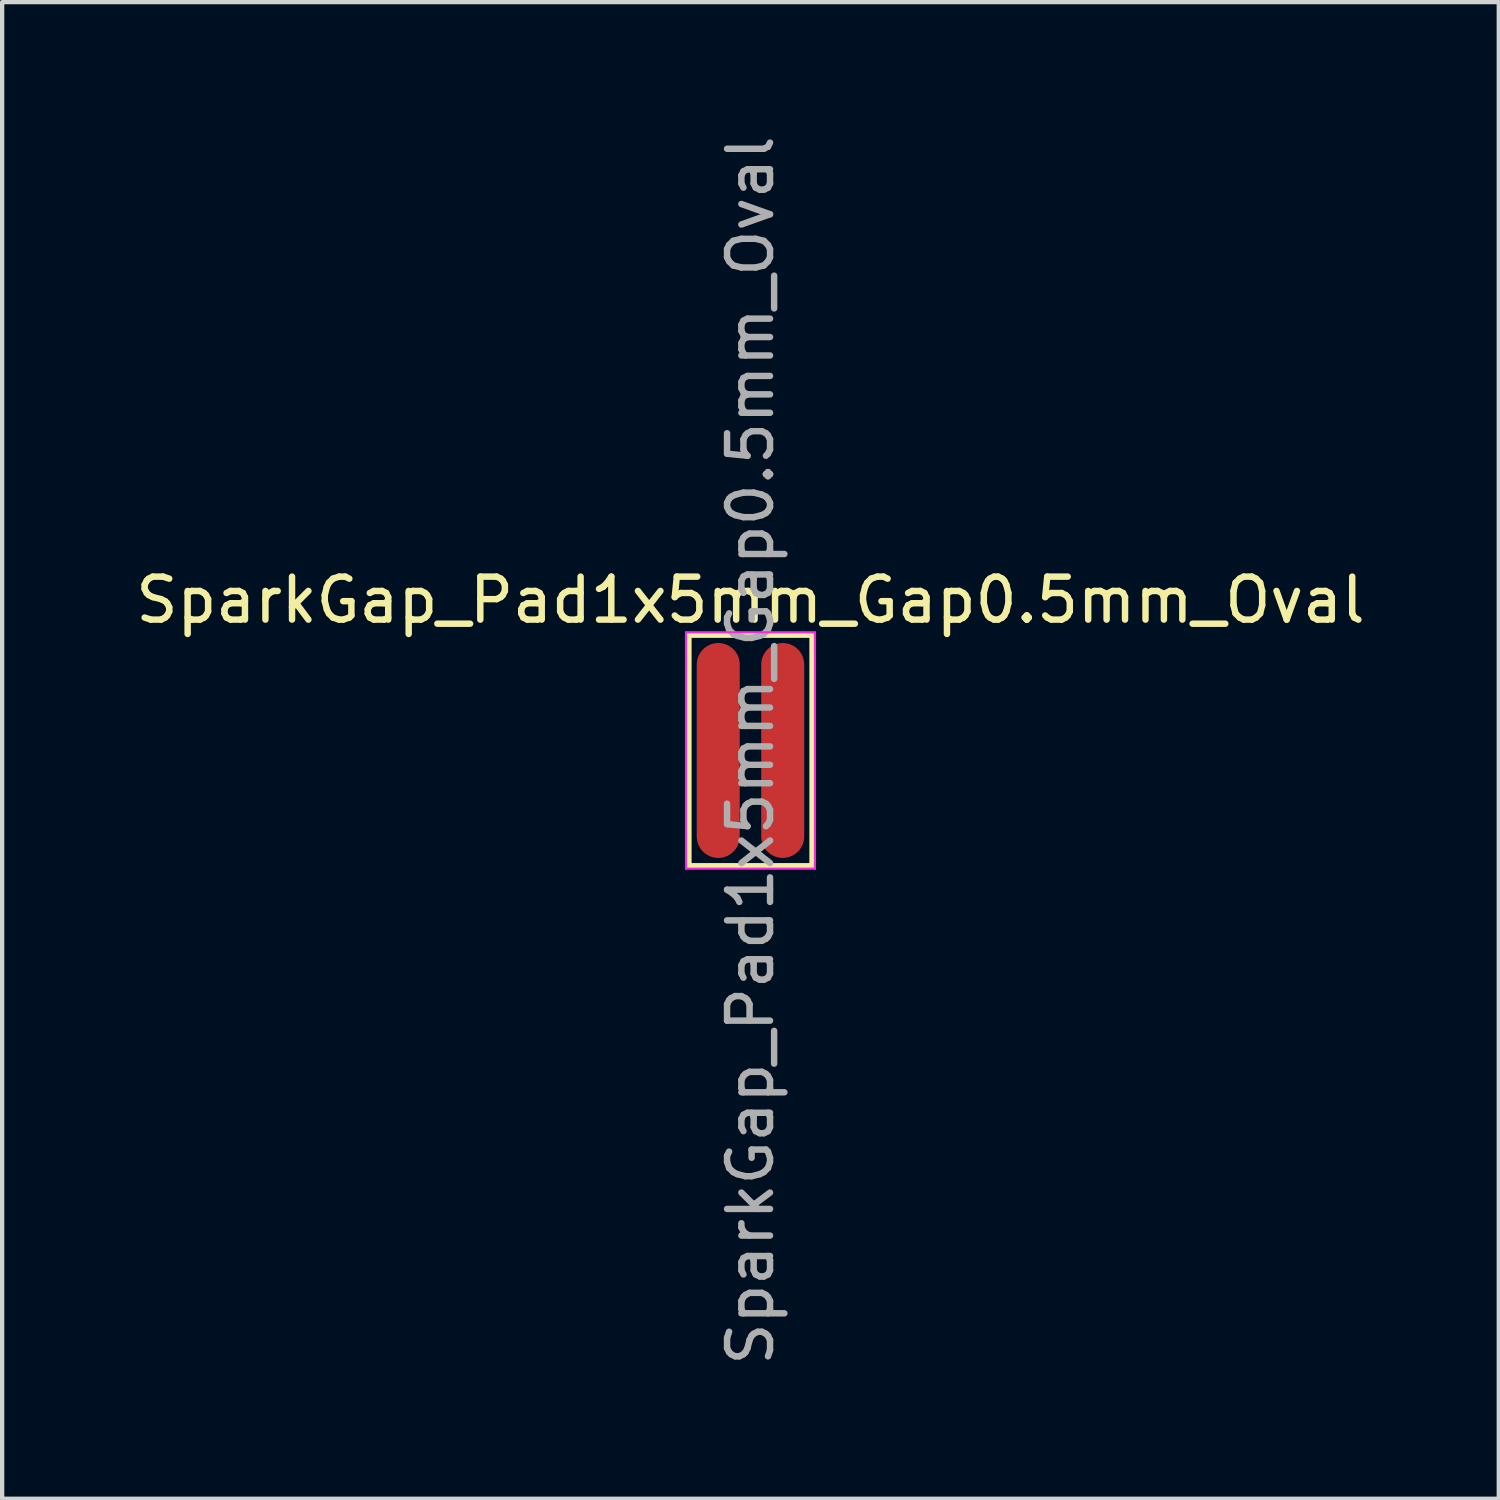
<source format=kicad_pcb>
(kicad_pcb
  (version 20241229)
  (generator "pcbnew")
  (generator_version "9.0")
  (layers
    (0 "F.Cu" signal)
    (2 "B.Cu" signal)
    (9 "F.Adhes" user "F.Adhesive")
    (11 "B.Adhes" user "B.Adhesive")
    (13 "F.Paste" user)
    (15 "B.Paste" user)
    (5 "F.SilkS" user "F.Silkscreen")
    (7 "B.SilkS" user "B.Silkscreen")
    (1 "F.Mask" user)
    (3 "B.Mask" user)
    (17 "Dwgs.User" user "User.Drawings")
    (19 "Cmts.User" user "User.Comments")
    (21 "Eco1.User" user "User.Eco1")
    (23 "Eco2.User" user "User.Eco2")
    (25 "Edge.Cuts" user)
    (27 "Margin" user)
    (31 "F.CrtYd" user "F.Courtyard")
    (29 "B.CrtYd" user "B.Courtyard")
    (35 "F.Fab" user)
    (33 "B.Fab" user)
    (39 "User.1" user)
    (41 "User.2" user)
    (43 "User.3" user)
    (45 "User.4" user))
  (footprint "SparkGap_Pad1x5mm_Gap0.5mm_Oval"
    (layer "F.Cu")
    (at 14.411 14.411)
    (property "Reference" "SparkGap_Pad1x5mm_Gap0.5mm_Oval" (at 0 -3.5 0) (layer "F.SilkS") (effects (font (size 1 1) (thickness 0.15))))
    (attr smd)
    (fp_poly (pts (xy -0.75 -2.5) (xy -0.75 2.5) (xy 0.75 2.5) (xy 0.75 -2.5)) (stroke (width 0.000001) (type solid)) (fill yes) (layer "F.Mask"))
    (fp_line (start -1.43 -2.68) (end 1.43 -2.68) (stroke (width 0.12) (type solid)) (layer "F.SilkS"))
    (fp_line (start -1.43 2.68) (end -1.43 -2.68) (stroke (width 0.12) (type solid)) (layer "F.SilkS"))
    (fp_line (start -1.43 2.68) (end 1.43 2.68) (stroke (width 0.12) (type solid)) (layer "F.SilkS"))
    (fp_line (start 1.43 2.68) (end 1.43 -2.68) (stroke (width 0.12) (type solid)) (layer "F.SilkS"))
    (fp_line (start -1.5 -2.75) (end 1.5 -2.75) (stroke (width 0.05) (type solid)) (layer "F.CrtYd"))
    (fp_line (start -1.5 2.75) (end -1.5 -2.75) (stroke (width 0.05) (type solid)) (layer "F.CrtYd"))
    (fp_line (start 1.5 -2.75) (end 1.5 2.75) (stroke (width 0.05) (type solid)) (layer "F.CrtYd"))
    (fp_line (start 1.5 2.75) (end -1.5 2.75) (stroke (width 0.05) (type solid)) (layer "F.CrtYd"))
    (fp_text user "${REFERENCE}" (at 0 0 90) (layer "F.Fab") (effects (font (size 1 1) (thickness 0.15))))
    (pad "1" smd oval (at -0.75 0) (size 1 5) (layers "F.Cu" "F.Mask"))
    (pad "2" smd oval (at 0.75 0) (size 1 5) (layers "F.Cu" "F.Mask")))
  (gr_rect
    (start -3 -3)
    (end 31.821 31.821)
    (stroke (width 0.1) (type default))
    (fill no)
    (layer "Edge.Cuts")))
</source>
